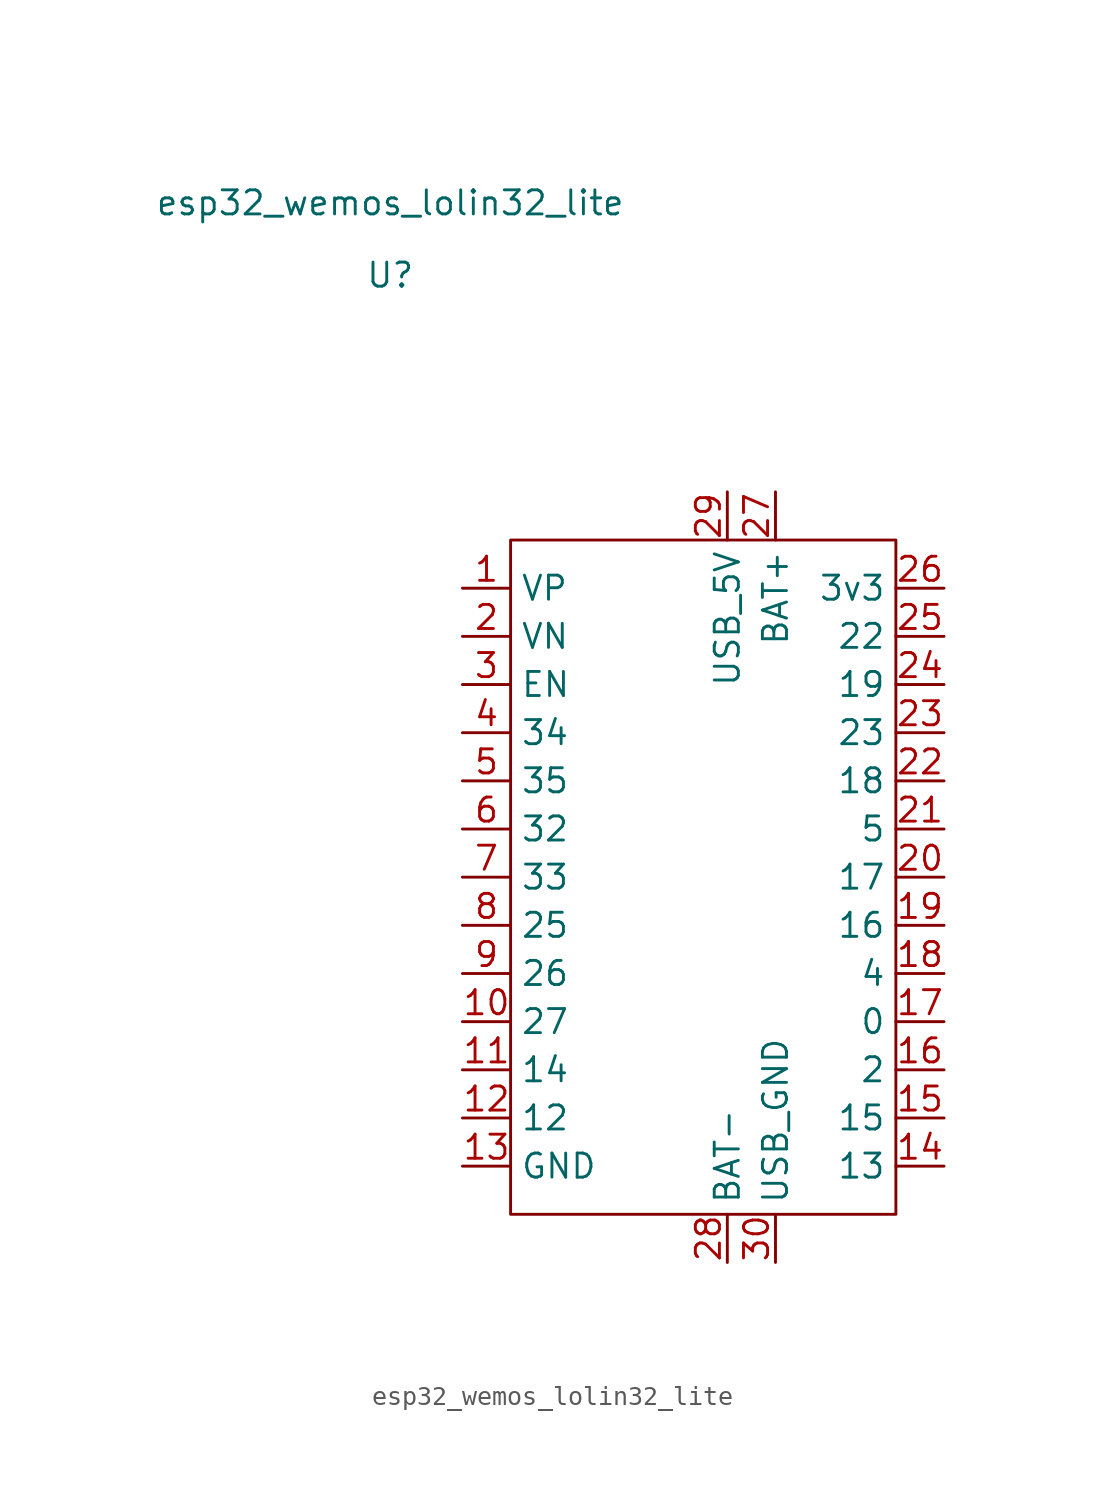
<source format=kicad_sym>
(kicad_symbol_lib
  (version 20211014)
  (generator kicad_symbol_editor)
  (symbol "esp32_wemos_lolin32_lite"
    (property "Reference" "U"
      (at 1.27 2.54 0)
      (effects (font (size 1.27 1.27))))
    (property "Value" "esp32_wemos_lolin32_lite"
      (at 1.27 6.35 0)
      (effects (font (size 1.27 1.27))))
    (symbol "esp32_wemos_lolin32_lite_0_1"
      (rectangle (start 7.62 -11.43) (end 27.94 -46.99) (stroke (width 0) (type default) (color 0 0 0 0)) (fill (type none))))
    (symbol "esp32_wemos_lolin32_lite_1_1"
      (pin input line (at 5.08 -13.97 0) (length 2.54) (name "VP" (effects (font (size 1.27 1.27)))) (number "1" (effects (font (size 1.27 1.27)))))
      (pin bidirectional line (at 5.08 -36.83 0) (length 2.54) (name "27" (effects (font (size 1.27 1.27)))) (number "10" (effects (font (size 1.27 1.27)))))
      (pin bidirectional line (at 5.08 -39.37 0) (length 2.54) (name "14" (effects (font (size 1.27 1.27)))) (number "11" (effects (font (size 1.27 1.27)))))
      (pin bidirectional line (at 5.08 -41.91 0) (length 2.54) (name "12" (effects (font (size 1.27 1.27)))) (number "12" (effects (font (size 1.27 1.27)))))
      (pin bidirectional line (at 5.08 -44.45 0) (length 2.54) (name "GND" (effects (font (size 1.27 1.27)))) (number "13" (effects (font (size 1.27 1.27)))))
      (pin bidirectional line (at 30.48 -44.45 180) (length 2.54) (name "13" (effects (font (size 1.27 1.27)))) (number "14" (effects (font (size 1.27 1.27)))))
      (pin bidirectional line (at 30.48 -41.91 180) (length 2.54) (name "15" (effects (font (size 1.27 1.27)))) (number "15" (effects (font (size 1.27 1.27)))))
      (pin bidirectional line (at 30.48 -39.37 180) (length 2.54) (name "2" (effects (font (size 1.27 1.27)))) (number "16" (effects (font (size 1.27 1.27)))))
      (pin bidirectional line (at 30.48 -36.83 180) (length 2.54) (name "0" (effects (font (size 1.27 1.27)))) (number "17" (effects (font (size 1.27 1.27)))))
      (pin bidirectional line (at 30.48 -34.29 180) (length 2.54) (name "4" (effects (font (size 1.27 1.27)))) (number "18" (effects (font (size 1.27 1.27)))))
      (pin bidirectional line (at 30.48 -31.75 180) (length 2.54) (name "16" (effects (font (size 1.27 1.27)))) (number "19" (effects (font (size 1.27 1.27)))))
      (pin input line (at 5.08 -16.51 0) (length 2.54) (name "VN" (effects (font (size 1.27 1.27)))) (number "2" (effects (font (size 1.27 1.27)))))
      (pin bidirectional line (at 30.48 -29.21 180) (length 2.54) (name "17" (effects (font (size 1.27 1.27)))) (number "20" (effects (font (size 1.27 1.27)))))
      (pin bidirectional line (at 30.48 -26.67 180) (length 2.54) (name "5" (effects (font (size 1.27 1.27)))) (number "21" (effects (font (size 1.27 1.27)))))
      (pin bidirectional line (at 30.48 -24.13 180) (length 2.54) (name "18" (effects (font (size 1.27 1.27)))) (number "22" (effects (font (size 1.27 1.27)))))
      (pin bidirectional line (at 30.48 -21.59 180) (length 2.54) (name "23" (effects (font (size 1.27 1.27)))) (number "23" (effects (font (size 1.27 1.27)))))
      (pin bidirectional line (at 30.48 -19.05 180) (length 2.54) (name "19" (effects (font (size 1.27 1.27)))) (number "24" (effects (font (size 1.27 1.27)))))
      (pin bidirectional line (at 30.48 -16.51 180) (length 2.54) (name "22" (effects (font (size 1.27 1.27)))) (number "25" (effects (font (size 1.27 1.27)))))
      (pin bidirectional line (at 30.48 -13.97 180) (length 2.54) (name "3v3" (effects (font (size 1.27 1.27)))) (number "26" (effects (font (size 1.27 1.27)))))
      (pin bidirectional line (at 21.59 -8.89 270) (length 2.54) (name "BAT+" (effects (font (size 1.27 1.27)))) (number "27" (effects (font (size 1.27 1.27)))))
      (pin bidirectional line (at 19.05 -49.53 90) (length 2.54) (name "BAT-" (effects (font (size 1.27 1.27)))) (number "28" (effects (font (size 1.27 1.27)))))
      (pin bidirectional line (at 19.05 -8.89 270) (length 2.54) (name "USB_5V" (effects (font (size 1.27 1.27)))) (number "29" (effects (font (size 1.27 1.27)))))
      (pin input line (at 5.08 -19.05 0) (length 2.54) (name "EN" (effects (font (size 1.27 1.27)))) (number "3" (effects (font (size 1.27 1.27)))))
      (pin bidirectional line (at 21.59 -49.53 90) (length 2.54) (name "USB_GND" (effects (font (size 1.27 1.27)))) (number "30" (effects (font (size 1.27 1.27)))))
      (pin input line (at 5.08 -21.59 0) (length 2.54) (name "34" (effects (font (size 1.27 1.27)))) (number "4" (effects (font (size 1.27 1.27)))))
      (pin input line (at 5.08 -24.13 0) (length 2.54) (name "35" (effects (font (size 1.27 1.27)))) (number "5" (effects (font (size 1.27 1.27)))))
      (pin bidirectional line (at 5.08 -26.67 0) (length 2.54) (name "32" (effects (font (size 1.27 1.27)))) (number "6" (effects (font (size 1.27 1.27)))))
      (pin bidirectional line (at 5.08 -29.21 0) (length 2.54) (name "33" (effects (font (size 1.27 1.27)))) (number "7" (effects (font (size 1.27 1.27)))))
      (pin bidirectional line (at 5.08 -31.75 0) (length 2.54) (name "25" (effects (font (size 1.27 1.27)))) (number "8" (effects (font (size 1.27 1.27)))))
      (pin bidirectional line (at 5.08 -34.29 0) (length 2.54) (name "26" (effects (font (size 1.27 1.27)))) (number "9" (effects (font (size 1.27 1.27))))))))
</source>
